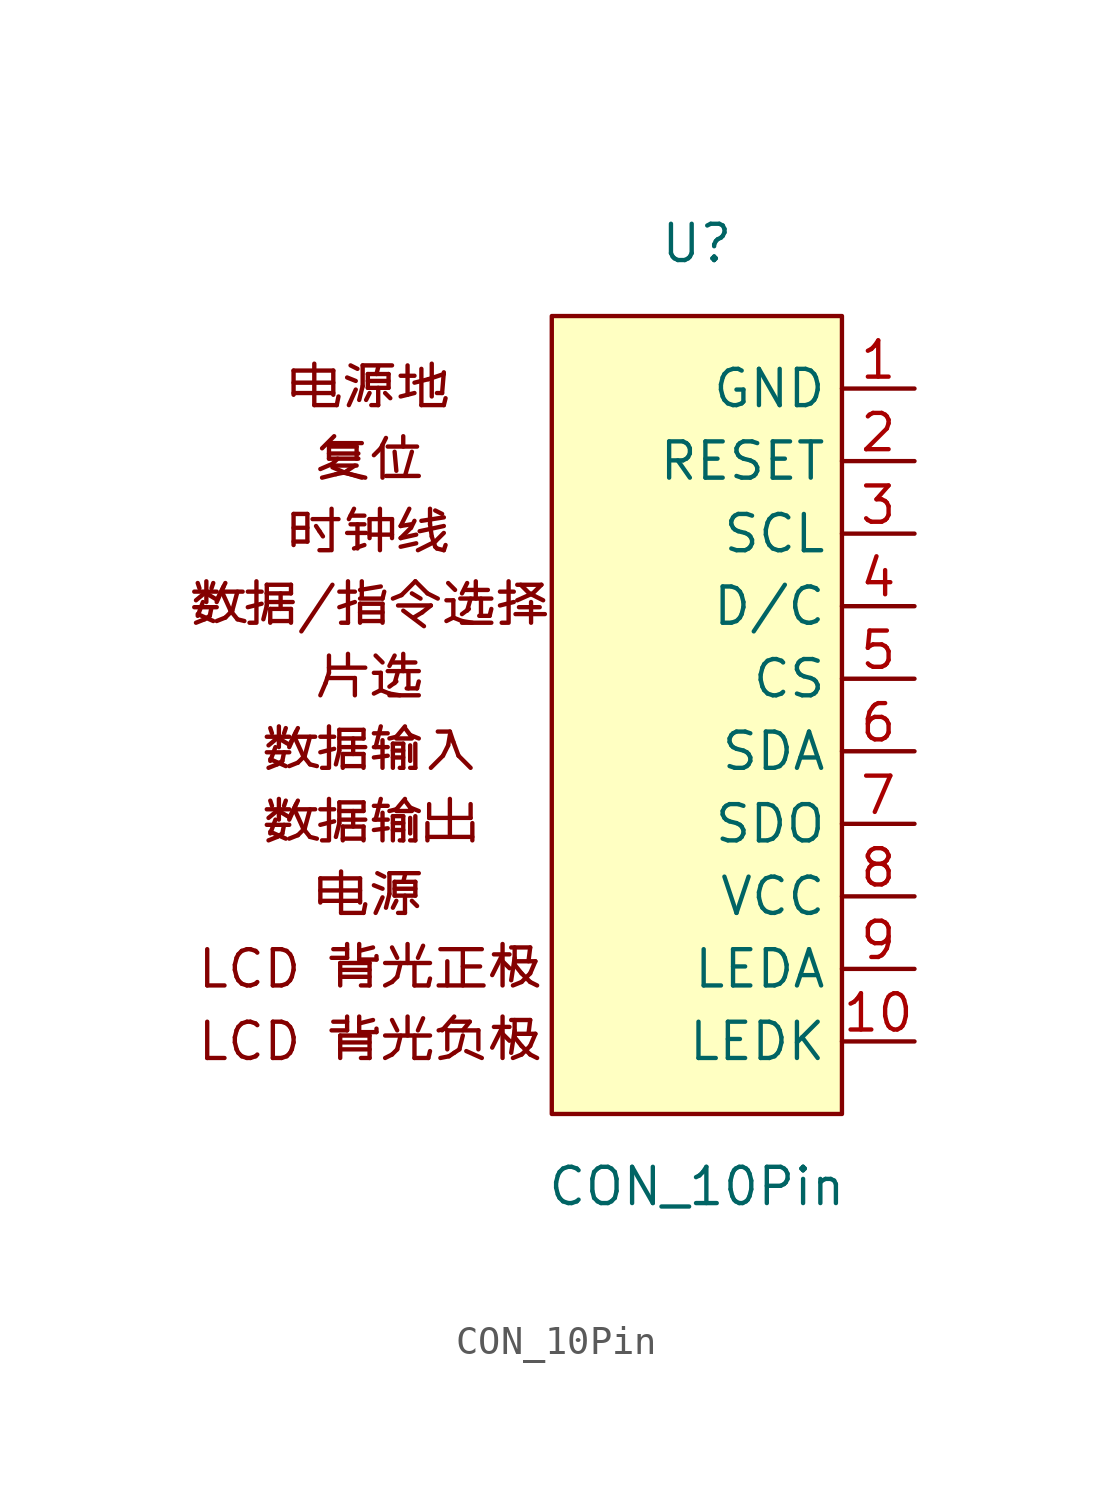
<source format=kicad_sym>
(kicad_symbol_lib
  (version 20211014)
  (generator kicad_symbol_editor)
  (symbol "CON_10Pin"
    (property "Reference" "U"
      (at -1.27 0 0)
      (effects (font (size 1.27 1.27))))
    (property "Value" "CON_10Pin"
      (at -1.27 -33.02 0)
      (effects (font (size 1.27 1.27))))
    (symbol "CON_10Pin_0_0"
      (text "LCD 背光正极" (at -12.7 -25.4 0) (effects (font (size 1.27 1.27))))
      (text "LCD 背光负极" (at -12.7 -27.94 0) (effects (font (size 1.27 1.27))))
      (text "复位" (at -12.7 -7.62 0) (effects (font (size 1.27 1.27))))
      (text "数据/指令选择" (at -12.7 -12.7 0) (effects (font (size 1.27 1.27))))
      (text "数据输入" (at -12.7 -17.78 0) (effects (font (size 1.27 1.27))))
      (text "数据输出" (at -12.7 -20.32 0) (effects (font (size 1.27 1.27))))
      (text "时钟线" (at -12.7 -10.16 0) (effects (font (size 1.27 1.27))))
      (text "片选" (at -12.7 -15.24 0) (effects (font (size 1.27 1.27))))
      (text "电源" (at -12.7 -22.86 0) (effects (font (size 1.27 1.27))))
      (text "电源地" (at -12.7 -5.08 0) (effects (font (size 1.27 1.27)))))
    (symbol "CON_10Pin_0_1"
      (rectangle (start -6.35 -2.54) (end 3.81 -30.48) (stroke (width 0) (type default) (color 0 0 0 0)) (fill (type background))))
    (symbol "CON_10Pin_1_1"
      (pin power_in line (at 6.35 -5.08 180) (length 2.54) (name "GND" (effects (font (size 1.27 1.27)))) (number "1" (effects (font (size 1.27 1.27)))))
      (pin bidirectional line (at 6.35 -27.94 180) (length 2.54) (name "LEDK" (effects (font (size 1.27 1.27)))) (number "10" (effects (font (size 1.27 1.27)))))
      (pin bidirectional line (at 6.35 -7.62 180) (length 2.54) (name "RESET" (effects (font (size 1.27 1.27)))) (number "2" (effects (font (size 1.27 1.27)))))
      (pin bidirectional line (at 6.35 -10.16 180) (length 2.54) (name "SCL" (effects (font (size 1.27 1.27)))) (number "3" (effects (font (size 1.27 1.27)))))
      (pin bidirectional line (at 6.35 -12.7 180) (length 2.54) (name "D/C" (effects (font (size 1.27 1.27)))) (number "4" (effects (font (size 1.27 1.27)))))
      (pin bidirectional line (at 6.35 -15.24 180) (length 2.54) (name "CS" (effects (font (size 1.27 1.27)))) (number "5" (effects (font (size 1.27 1.27)))))
      (pin bidirectional line (at 6.35 -17.78 180) (length 2.54) (name "SDA" (effects (font (size 1.27 1.27)))) (number "6" (effects (font (size 1.27 1.27)))))
      (pin bidirectional line (at 6.35 -20.32 180) (length 2.54) (name "SDO" (effects (font (size 1.27 1.27)))) (number "7" (effects (font (size 1.27 1.27)))))
      (pin power_in line (at 6.35 -22.86 180) (length 2.54) (name "VCC" (effects (font (size 1.27 1.27)))) (number "8" (effects (font (size 1.27 1.27)))))
      (pin power_in line (at 6.35 -25.4 180) (length 2.54) (name "LEDA" (effects (font (size 1.27 1.27)))) (number "9" (effects (font (size 1.27 1.27))))))))
</source>
